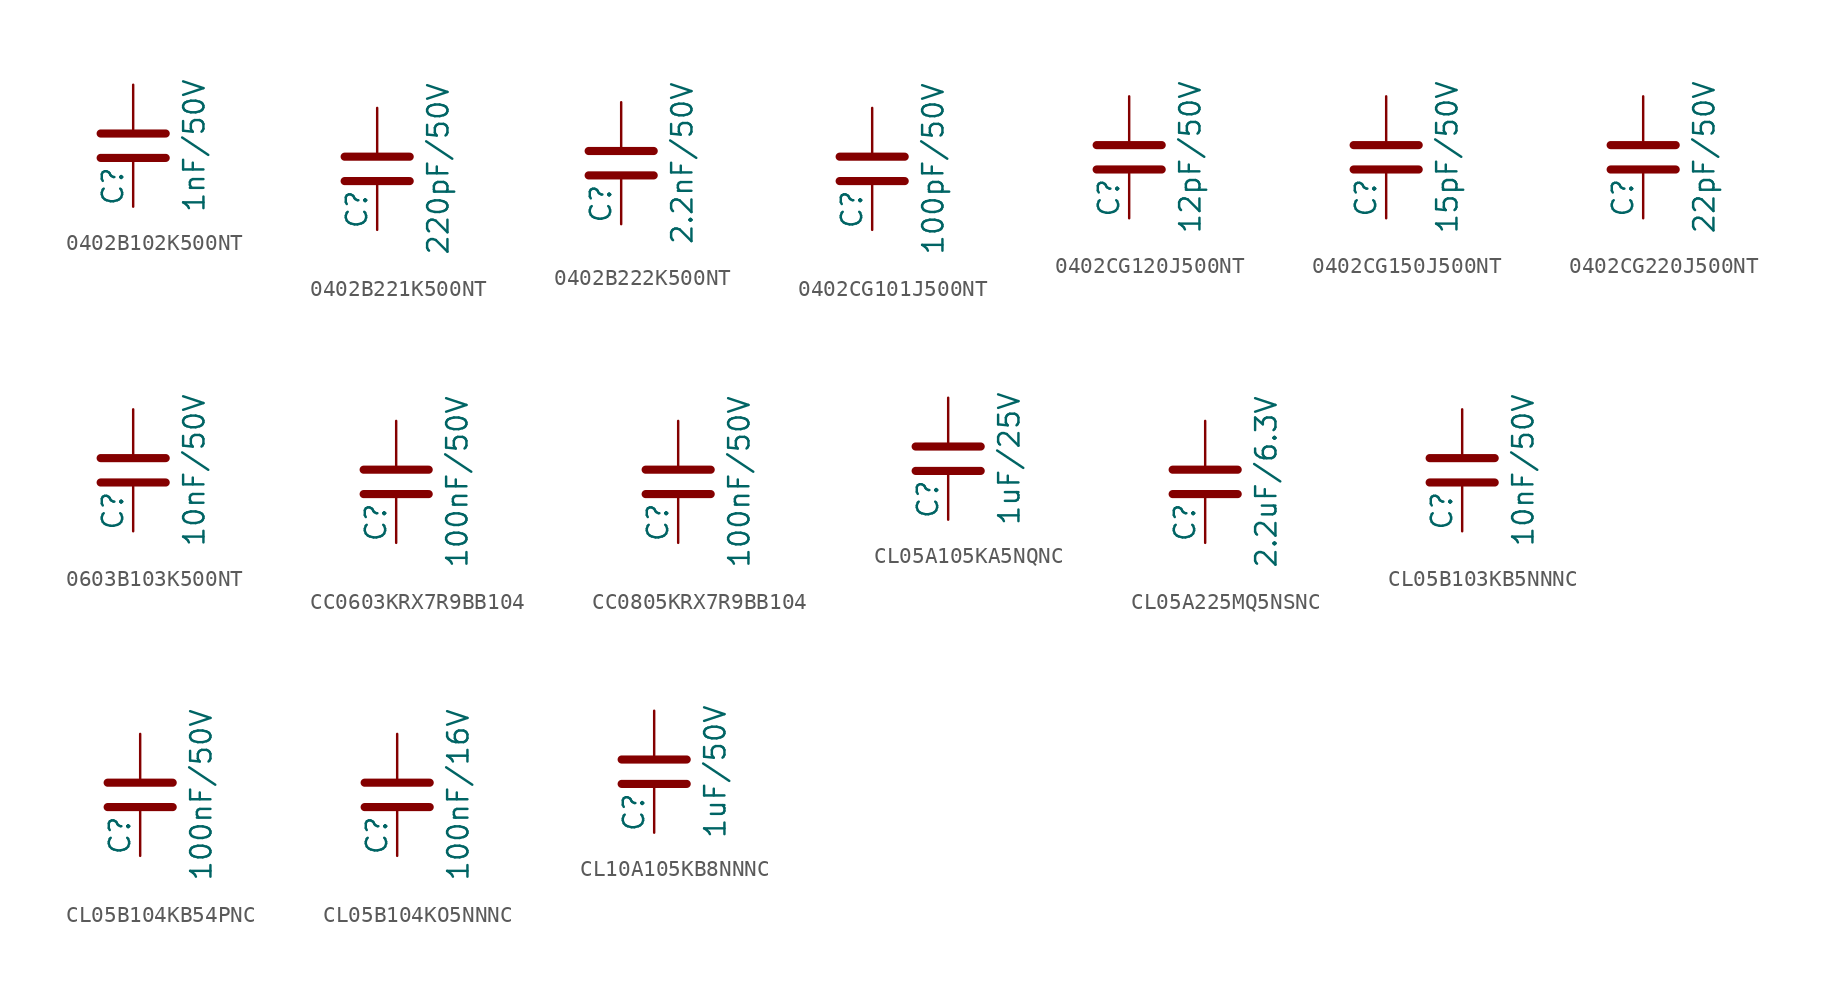
<source format=kicad_sym>
(kicad_symbol_lib
  (version 20211014)
  (generator conandllu_kicad_symbol_generator_20230922_18:37:20)
  (symbol "0402B102K500NT"
    (pin_numbers hide)
    (pin_names
      (offset 0.254))
    (property "Reference" "C"
      (at -1.27 -3.81 90)
      (effects (font (size 1.27 1.27)) (justify left)))
    (property "Value" "1nF/50V"
      (at 3.81 0 90)
      (effects (font (size 1.27 1.27))))
    (symbol "0402B102K500NT_0_1"
      (polyline (pts (xy -2.032 -0.762) (xy 2.032 -0.762)) (stroke (width 0.508) (type default)) (fill (type none)))
      (polyline (pts (xy -2.032 0.762) (xy 2.032 0.762)) (stroke (width 0.508) (type default)) (fill (type none))))
    (symbol "0402B102K500NT_1_1"
      (pin passive line (at 0 3.81 270) (length 2.794) (name "~" (effects (font (size 1.27 1.27)))) (number "1" (effects (font (size 1.27 1.27)))))
      (pin passive line (at 0 -3.81 90) (length 2.794) (name "~" (effects (font (size 1.27 1.27)))) (number "2" (effects (font (size 1.27 1.27)))))))
  (symbol "0402B221K500NT"
    (pin_numbers hide)
    (pin_names
      (offset 0.254))
    (property "Reference" "C"
      (at -1.27 -3.81 90)
      (effects (font (size 1.27 1.27)) (justify left)))
    (property "Value" "220pF/50V"
      (at 3.81 0 90)
      (effects (font (size 1.27 1.27))))
    (symbol "0402B221K500NT_0_1"
      (polyline (pts (xy -2.032 -0.762) (xy 2.032 -0.762)) (stroke (width 0.508) (type default)) (fill (type none)))
      (polyline (pts (xy -2.032 0.762) (xy 2.032 0.762)) (stroke (width 0.508) (type default)) (fill (type none))))
    (symbol "0402B221K500NT_1_1"
      (pin passive line (at 0 3.81 270) (length 2.794) (name "~" (effects (font (size 1.27 1.27)))) (number "1" (effects (font (size 1.27 1.27)))))
      (pin passive line (at 0 -3.81 90) (length 2.794) (name "~" (effects (font (size 1.27 1.27)))) (number "2" (effects (font (size 1.27 1.27)))))))
  (symbol "0402B222K500NT"
    (pin_numbers hide)
    (pin_names
      (offset 0.254))
    (property "Reference" "C"
      (at -1.27 -3.81 90)
      (effects (font (size 1.27 1.27)) (justify left)))
    (property "Value" "2.2nF/50V"
      (at 3.81 0 90)
      (effects (font (size 1.27 1.27))))
    (symbol "0402B222K500NT_0_1"
      (polyline (pts (xy -2.032 -0.762) (xy 2.032 -0.762)) (stroke (width 0.508) (type default)) (fill (type none)))
      (polyline (pts (xy -2.032 0.762) (xy 2.032 0.762)) (stroke (width 0.508) (type default)) (fill (type none))))
    (symbol "0402B222K500NT_1_1"
      (pin passive line (at 0 3.81 270) (length 2.794) (name "~" (effects (font (size 1.27 1.27)))) (number "1" (effects (font (size 1.27 1.27)))))
      (pin passive line (at 0 -3.81 90) (length 2.794) (name "~" (effects (font (size 1.27 1.27)))) (number "2" (effects (font (size 1.27 1.27)))))))
  (symbol "0402CG101J500NT"
    (pin_numbers hide)
    (pin_names
      (offset 0.254))
    (property "Reference" "C"
      (at -1.27 -3.81 90)
      (effects (font (size 1.27 1.27)) (justify left)))
    (property "Value" "100pF/50V"
      (at 3.81 0 90)
      (effects (font (size 1.27 1.27))))
    (symbol "0402CG101J500NT_0_1"
      (polyline (pts (xy -2.032 -0.762) (xy 2.032 -0.762)) (stroke (width 0.508) (type default)) (fill (type none)))
      (polyline (pts (xy -2.032 0.762) (xy 2.032 0.762)) (stroke (width 0.508) (type default)) (fill (type none))))
    (symbol "0402CG101J500NT_1_1"
      (pin passive line (at 0 3.81 270) (length 2.794) (name "~" (effects (font (size 1.27 1.27)))) (number "1" (effects (font (size 1.27 1.27)))))
      (pin passive line (at 0 -3.81 90) (length 2.794) (name "~" (effects (font (size 1.27 1.27)))) (number "2" (effects (font (size 1.27 1.27)))))))
  (symbol "0402CG120J500NT"
    (pin_numbers hide)
    (pin_names
      (offset 0.254))
    (property "Reference" "C"
      (at -1.27 -3.81 90)
      (effects (font (size 1.27 1.27)) (justify left)))
    (property "Value" "12pF/50V"
      (at 3.81 0 90)
      (effects (font (size 1.27 1.27))))
    (symbol "0402CG120J500NT_0_1"
      (polyline (pts (xy -2.032 -0.762) (xy 2.032 -0.762)) (stroke (width 0.508) (type default)) (fill (type none)))
      (polyline (pts (xy -2.032 0.762) (xy 2.032 0.762)) (stroke (width 0.508) (type default)) (fill (type none))))
    (symbol "0402CG120J500NT_1_1"
      (pin passive line (at 0 3.81 270) (length 2.794) (name "~" (effects (font (size 1.27 1.27)))) (number "1" (effects (font (size 1.27 1.27)))))
      (pin passive line (at 0 -3.81 90) (length 2.794) (name "~" (effects (font (size 1.27 1.27)))) (number "2" (effects (font (size 1.27 1.27)))))))
  (symbol "0402CG150J500NT"
    (pin_numbers hide)
    (pin_names
      (offset 0.254))
    (property "Reference" "C"
      (at -1.27 -3.81 90)
      (effects (font (size 1.27 1.27)) (justify left)))
    (property "Value" "15pF/50V"
      (at 3.81 0 90)
      (effects (font (size 1.27 1.27))))
    (symbol "0402CG150J500NT_0_1"
      (polyline (pts (xy -2.032 -0.762) (xy 2.032 -0.762)) (stroke (width 0.508) (type default)) (fill (type none)))
      (polyline (pts (xy -2.032 0.762) (xy 2.032 0.762)) (stroke (width 0.508) (type default)) (fill (type none))))
    (symbol "0402CG150J500NT_1_1"
      (pin passive line (at 0 3.81 270) (length 2.794) (name "~" (effects (font (size 1.27 1.27)))) (number "1" (effects (font (size 1.27 1.27)))))
      (pin passive line (at 0 -3.81 90) (length 2.794) (name "~" (effects (font (size 1.27 1.27)))) (number "2" (effects (font (size 1.27 1.27)))))))
  (symbol "0402CG220J500NT"
    (pin_numbers hide)
    (pin_names
      (offset 0.254))
    (property "Reference" "C"
      (at -1.27 -3.81 90)
      (effects (font (size 1.27 1.27)) (justify left)))
    (property "Value" "22pF/50V"
      (at 3.81 0 90)
      (effects (font (size 1.27 1.27))))
    (symbol "0402CG220J500NT_0_1"
      (polyline (pts (xy -2.032 -0.762) (xy 2.032 -0.762)) (stroke (width 0.508) (type default)) (fill (type none)))
      (polyline (pts (xy -2.032 0.762) (xy 2.032 0.762)) (stroke (width 0.508) (type default)) (fill (type none))))
    (symbol "0402CG220J500NT_1_1"
      (pin passive line (at 0 3.81 270) (length 2.794) (name "~" (effects (font (size 1.27 1.27)))) (number "1" (effects (font (size 1.27 1.27)))))
      (pin passive line (at 0 -3.81 90) (length 2.794) (name "~" (effects (font (size 1.27 1.27)))) (number "2" (effects (font (size 1.27 1.27)))))))
  (symbol "0603B103K500NT"
    (pin_numbers hide)
    (pin_names
      (offset 0.254))
    (property "Reference" "C"
      (at -1.27 -3.81 90)
      (effects (font (size 1.27 1.27)) (justify left)))
    (property "Value" "10nF/50V"
      (at 3.81 0 90)
      (effects (font (size 1.27 1.27))))
    (symbol "0603B103K500NT_0_1"
      (polyline (pts (xy -2.032 -0.762) (xy 2.032 -0.762)) (stroke (width 0.508) (type default)) (fill (type none)))
      (polyline (pts (xy -2.032 0.762) (xy 2.032 0.762)) (stroke (width 0.508) (type default)) (fill (type none))))
    (symbol "0603B103K500NT_1_1"
      (pin passive line (at 0 3.81 270) (length 2.794) (name "~" (effects (font (size 1.27 1.27)))) (number "1" (effects (font (size 1.27 1.27)))))
      (pin passive line (at 0 -3.81 90) (length 2.794) (name "~" (effects (font (size 1.27 1.27)))) (number "2" (effects (font (size 1.27 1.27)))))))
  (symbol "CC0603KRX7R9BB104"
    (pin_numbers hide)
    (pin_names
      (offset 0.254))
    (property "Reference" "C"
      (at -1.27 -3.81 90)
      (effects (font (size 1.27 1.27)) (justify left)))
    (property "Value" "100nF/50V"
      (at 3.81 0 90)
      (effects (font (size 1.27 1.27))))
    (symbol "CC0603KRX7R9BB104_0_1"
      (polyline (pts (xy -2.032 -0.762) (xy 2.032 -0.762)) (stroke (width 0.508) (type default)) (fill (type none)))
      (polyline (pts (xy -2.032 0.762) (xy 2.032 0.762)) (stroke (width 0.508) (type default)) (fill (type none))))
    (symbol "CC0603KRX7R9BB104_1_1"
      (pin passive line (at 0 3.81 270) (length 2.794) (name "~" (effects (font (size 1.27 1.27)))) (number "1" (effects (font (size 1.27 1.27)))))
      (pin passive line (at 0 -3.81 90) (length 2.794) (name "~" (effects (font (size 1.27 1.27)))) (number "2" (effects (font (size 1.27 1.27)))))))
  (symbol "CC0805KRX7R9BB104"
    (pin_numbers hide)
    (pin_names
      (offset 0.254))
    (property "Reference" "C"
      (at -1.27 -3.81 90)
      (effects (font (size 1.27 1.27)) (justify left)))
    (property "Value" "100nF/50V"
      (at 3.81 0 90)
      (effects (font (size 1.27 1.27))))
    (symbol "CC0805KRX7R9BB104_0_1"
      (polyline (pts (xy -2.032 -0.762) (xy 2.032 -0.762)) (stroke (width 0.508) (type default)) (fill (type none)))
      (polyline (pts (xy -2.032 0.762) (xy 2.032 0.762)) (stroke (width 0.508) (type default)) (fill (type none))))
    (symbol "CC0805KRX7R9BB104_1_1"
      (pin passive line (at 0 3.81 270) (length 2.794) (name "~" (effects (font (size 1.27 1.27)))) (number "1" (effects (font (size 1.27 1.27)))))
      (pin passive line (at 0 -3.81 90) (length 2.794) (name "~" (effects (font (size 1.27 1.27)))) (number "2" (effects (font (size 1.27 1.27)))))))
  (symbol "CL05A105KA5NQNC"
    (pin_numbers hide)
    (pin_names
      (offset 0.254))
    (property "Reference" "C"
      (at -1.27 -3.81 90)
      (effects (font (size 1.27 1.27)) (justify left)))
    (property "Value" "1uF/25V"
      (at 3.81 0 90)
      (effects (font (size 1.27 1.27))))
    (symbol "CL05A105KA5NQNC_0_1"
      (polyline (pts (xy -2.032 -0.762) (xy 2.032 -0.762)) (stroke (width 0.508) (type default)) (fill (type none)))
      (polyline (pts (xy -2.032 0.762) (xy 2.032 0.762)) (stroke (width 0.508) (type default)) (fill (type none))))
    (symbol "CL05A105KA5NQNC_1_1"
      (pin passive line (at 0 3.81 270) (length 2.794) (name "~" (effects (font (size 1.27 1.27)))) (number "1" (effects (font (size 1.27 1.27)))))
      (pin passive line (at 0 -3.81 90) (length 2.794) (name "~" (effects (font (size 1.27 1.27)))) (number "2" (effects (font (size 1.27 1.27)))))))
  (symbol "CL05A225MQ5NSNC"
    (pin_numbers hide)
    (pin_names
      (offset 0.254))
    (property "Reference" "C"
      (at -1.27 -3.81 90)
      (effects (font (size 1.27 1.27)) (justify left)))
    (property "Value" "2.2uF/6.3V"
      (at 3.81 0 90)
      (effects (font (size 1.27 1.27))))
    (symbol "CL05A225MQ5NSNC_0_1"
      (polyline (pts (xy -2.032 -0.762) (xy 2.032 -0.762)) (stroke (width 0.508) (type default)) (fill (type none)))
      (polyline (pts (xy -2.032 0.762) (xy 2.032 0.762)) (stroke (width 0.508) (type default)) (fill (type none))))
    (symbol "CL05A225MQ5NSNC_1_1"
      (pin passive line (at 0 3.81 270) (length 2.794) (name "~" (effects (font (size 1.27 1.27)))) (number "1" (effects (font (size 1.27 1.27)))))
      (pin passive line (at 0 -3.81 90) (length 2.794) (name "~" (effects (font (size 1.27 1.27)))) (number "2" (effects (font (size 1.27 1.27)))))))
  (symbol "CL05B103KB5NNNC"
    (pin_numbers hide)
    (pin_names
      (offset 0.254))
    (property "Reference" "C"
      (at -1.27 -3.81 90)
      (effects (font (size 1.27 1.27)) (justify left)))
    (property "Value" "10nF/50V"
      (at 3.81 0 90)
      (effects (font (size 1.27 1.27))))
    (symbol "CL05B103KB5NNNC_0_1"
      (polyline (pts (xy -2.032 -0.762) (xy 2.032 -0.762)) (stroke (width 0.508) (type default)) (fill (type none)))
      (polyline (pts (xy -2.032 0.762) (xy 2.032 0.762)) (stroke (width 0.508) (type default)) (fill (type none))))
    (symbol "CL05B103KB5NNNC_1_1"
      (pin passive line (at 0 3.81 270) (length 2.794) (name "~" (effects (font (size 1.27 1.27)))) (number "1" (effects (font (size 1.27 1.27)))))
      (pin passive line (at 0 -3.81 90) (length 2.794) (name "~" (effects (font (size 1.27 1.27)))) (number "2" (effects (font (size 1.27 1.27)))))))
  (symbol "CL05B104KB54PNC"
    (pin_numbers hide)
    (pin_names
      (offset 0.254))
    (property "Reference" "C"
      (at -1.27 -3.81 90)
      (effects (font (size 1.27 1.27)) (justify left)))
    (property "Value" "100nF/50V"
      (at 3.81 0 90)
      (effects (font (size 1.27 1.27))))
    (symbol "CL05B104KB54PNC_0_1"
      (polyline (pts (xy -2.032 -0.762) (xy 2.032 -0.762)) (stroke (width 0.508) (type default)) (fill (type none)))
      (polyline (pts (xy -2.032 0.762) (xy 2.032 0.762)) (stroke (width 0.508) (type default)) (fill (type none))))
    (symbol "CL05B104KB54PNC_1_1"
      (pin passive line (at 0 3.81 270) (length 2.794) (name "~" (effects (font (size 1.27 1.27)))) (number "1" (effects (font (size 1.27 1.27)))))
      (pin passive line (at 0 -3.81 90) (length 2.794) (name "~" (effects (font (size 1.27 1.27)))) (number "2" (effects (font (size 1.27 1.27)))))))
  (symbol "CL05B104KO5NNNC"
    (pin_numbers hide)
    (pin_names
      (offset 0.254))
    (property "Reference" "C"
      (at -1.27 -3.81 90)
      (effects (font (size 1.27 1.27)) (justify left)))
    (property "Value" "100nF/16V"
      (at 3.81 0 90)
      (effects (font (size 1.27 1.27))))
    (symbol "CL05B104KO5NNNC_0_1"
      (polyline (pts (xy -2.032 -0.762) (xy 2.032 -0.762)) (stroke (width 0.508) (type default)) (fill (type none)))
      (polyline (pts (xy -2.032 0.762) (xy 2.032 0.762)) (stroke (width 0.508) (type default)) (fill (type none))))
    (symbol "CL05B104KO5NNNC_1_1"
      (pin passive line (at 0 3.81 270) (length 2.794) (name "~" (effects (font (size 1.27 1.27)))) (number "1" (effects (font (size 1.27 1.27)))))
      (pin passive line (at 0 -3.81 90) (length 2.794) (name "~" (effects (font (size 1.27 1.27)))) (number "2" (effects (font (size 1.27 1.27)))))))
  (symbol "CL10A105KB8NNNC"
    (pin_numbers hide)
    (pin_names
      (offset 0.254))
    (property "Reference" "C"
      (at -1.27 -3.81 90)
      (effects (font (size 1.27 1.27)) (justify left)))
    (property "Value" "1uF/50V"
      (at 3.81 0 90)
      (effects (font (size 1.27 1.27))))
    (symbol "CL10A105KB8NNNC_0_1"
      (polyline (pts (xy -2.032 -0.762) (xy 2.032 -0.762)) (stroke (width 0.508) (type default)) (fill (type none)))
      (polyline (pts (xy -2.032 0.762) (xy 2.032 0.762)) (stroke (width 0.508) (type default)) (fill (type none))))
    (symbol "CL10A105KB8NNNC_1_1"
      (pin passive line (at 0 3.81 270) (length 2.794) (name "~" (effects (font (size 1.27 1.27)))) (number "1" (effects (font (size 1.27 1.27)))))
      (pin passive line (at 0 -3.81 90) (length 2.794) (name "~" (effects (font (size 1.27 1.27)))) (number "2" (effects (font (size 1.27 1.27))))))))
</source>
